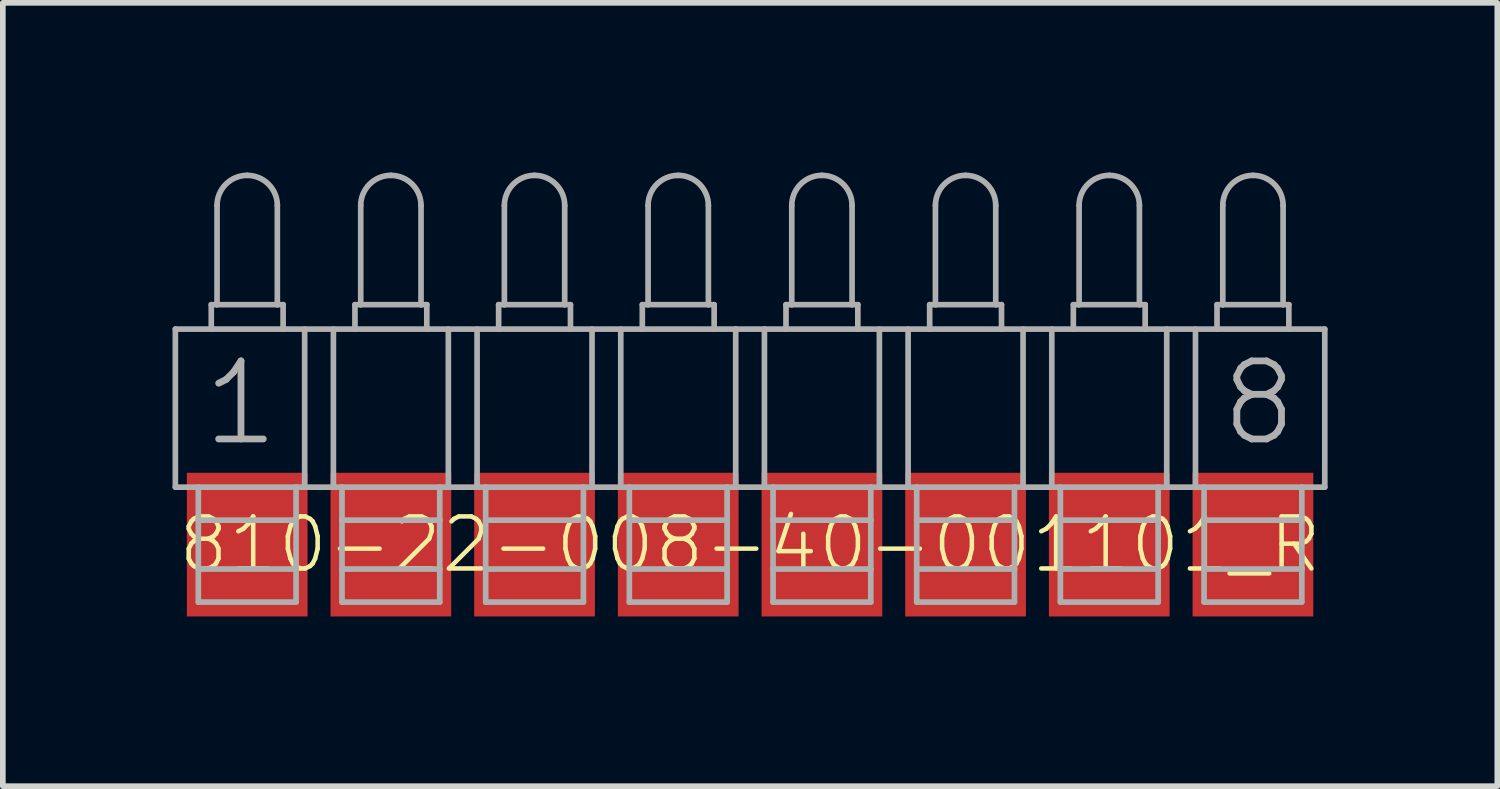
<source format=kicad_pcb>
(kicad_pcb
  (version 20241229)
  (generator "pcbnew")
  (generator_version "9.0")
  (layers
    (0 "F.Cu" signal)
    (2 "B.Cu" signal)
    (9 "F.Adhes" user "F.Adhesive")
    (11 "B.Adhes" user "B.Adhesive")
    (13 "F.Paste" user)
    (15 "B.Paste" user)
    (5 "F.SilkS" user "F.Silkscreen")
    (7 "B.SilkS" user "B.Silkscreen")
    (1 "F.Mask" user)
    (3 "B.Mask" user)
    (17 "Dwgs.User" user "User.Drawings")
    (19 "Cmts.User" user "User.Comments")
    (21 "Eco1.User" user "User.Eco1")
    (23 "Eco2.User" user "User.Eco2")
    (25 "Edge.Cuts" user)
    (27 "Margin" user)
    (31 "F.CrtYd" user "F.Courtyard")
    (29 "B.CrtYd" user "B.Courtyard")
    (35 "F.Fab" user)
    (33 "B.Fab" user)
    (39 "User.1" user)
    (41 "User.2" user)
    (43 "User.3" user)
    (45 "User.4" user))
  (footprint "810-22-008-40-001101_R"
    (layer "F.Cu")
    (at 10.21 6.578)
    (property "Reference" "810-22-008-40-001101_R" (at 0 0 0) (unlocked yes) (layer "F.SilkS") (effects (font (size 0.92 0.92) (thickness 0.08))))
    (fp_line (start -10.16 -3.81) (end -9.525 -3.81) (stroke (width 0.1) (type solid)) (layer "F.Fab"))
    (fp_line (start -10.16 -1.016) (end -10.16 -3.81) (stroke (width 0.1) (type solid)) (layer "F.Fab"))
    (fp_line (start -9.754 -1.016) (end -10.16 -1.016) (stroke (width 0.1) (type solid)) (layer "F.Fab"))
    (fp_line (start -9.754 -1.016) (end -8.026 -1.016) (stroke (width 0.1) (type solid)) (layer "F.Fab"))
    (fp_line (start -9.754 -0.432) (end -9.754 -1.016) (stroke (width 0.1) (type solid)) (layer "F.Fab"))
    (fp_line (start -9.754 -0.432) (end -8.026 -0.432) (stroke (width 0.1) (type solid)) (layer "F.Fab"))
    (fp_line (start -9.754 0.432) (end -9.754 -0.432) (stroke (width 0.1) (type solid)) (layer "F.Fab"))
    (fp_line (start -9.754 0.432) (end -8.026 0.432) (stroke (width 0.1) (type solid)) (layer "F.Fab"))
    (fp_line (start -9.754 1.016) (end -9.754 0.432) (stroke (width 0.1) (type solid)) (layer "F.Fab"))
    (fp_line (start -9.754 1.016) (end -8.026 1.016) (stroke (width 0.1) (type solid)) (layer "F.Fab"))
    (fp_line (start -9.525 -4.242) (end -9.525 -3.81) (stroke (width 0.1) (type solid)) (layer "F.Fab"))
    (fp_line (start -9.525 -4.242) (end -9.423 -4.242) (stroke (width 0.1) (type solid)) (layer "F.Fab"))
    (fp_line (start -9.525 -3.81) (end -8.255 -3.81) (stroke (width 0.1) (type solid)) (layer "F.Fab"))
    (fp_line (start -9.423 -5.994) (end -9.423 -4.242) (stroke (width 0.1) (type solid)) (layer "F.Fab"))
    (fp_line (start -9.423 -4.242) (end -8.357 -4.242) (stroke (width 0.1) (type solid)) (layer "F.Fab"))
    (fp_line (start -8.357 -5.994) (end -8.357 -4.242) (stroke (width 0.1) (type solid)) (layer "F.Fab"))
    (fp_line (start -8.357 -4.242) (end -8.255 -4.242) (stroke (width 0.1) (type solid)) (layer "F.Fab"))
    (fp_line (start -8.255 -4.242) (end -8.255 -3.81) (stroke (width 0.1) (type solid)) (layer "F.Fab"))
    (fp_line (start -8.255 -3.81) (end -6.985 -3.81) (stroke (width 0.1) (type solid)) (layer "F.Fab"))
    (fp_line (start -8.026 -1.016) (end -7.214 -1.016) (stroke (width 0.1) (type solid)) (layer "F.Fab"))
    (fp_line (start -8.026 -0.432) (end -8.026 -1.016) (stroke (width 0.1) (type solid)) (layer "F.Fab"))
    (fp_line (start -8.026 0.432) (end -8.026 -0.432) (stroke (width 0.1) (type solid)) (layer "F.Fab"))
    (fp_line (start -8.026 1.016) (end -8.026 0.432) (stroke (width 0.1) (type solid)) (layer "F.Fab"))
    (fp_line (start -7.874 -1.016) (end -7.874 -3.81) (stroke (width 0.1) (type solid)) (layer "F.Fab"))
    (fp_line (start -7.366 -1.016) (end -7.366 -3.81) (stroke (width 0.1) (type solid)) (layer "F.Fab"))
    (fp_line (start -7.214 -1.016) (end -5.486 -1.016) (stroke (width 0.1) (type solid)) (layer "F.Fab"))
    (fp_line (start -7.214 -0.432) (end -7.214 -1.016) (stroke (width 0.1) (type solid)) (layer "F.Fab"))
    (fp_line (start -7.214 -0.432) (end -5.486 -0.432) (stroke (width 0.1) (type solid)) (layer "F.Fab"))
    (fp_line (start -7.214 0.432) (end -7.214 -0.432) (stroke (width 0.1) (type solid)) (layer "F.Fab"))
    (fp_line (start -7.214 0.432) (end -5.486 0.432) (stroke (width 0.1) (type solid)) (layer "F.Fab"))
    (fp_line (start -7.214 1.016) (end -7.214 0.432) (stroke (width 0.1) (type solid)) (layer "F.Fab"))
    (fp_line (start -7.214 1.016) (end -5.486 1.016) (stroke (width 0.1) (type solid)) (layer "F.Fab"))
    (fp_line (start -6.985 -4.242) (end -6.985 -3.81) (stroke (width 0.1) (type solid)) (layer "F.Fab"))
    (fp_line (start -6.985 -4.242) (end -6.883 -4.242) (stroke (width 0.1) (type solid)) (layer "F.Fab"))
    (fp_line (start -6.985 -3.81) (end -5.715 -3.81) (stroke (width 0.1) (type solid)) (layer "F.Fab"))
    (fp_line (start -6.883 -5.994) (end -6.883 -4.242) (stroke (width 0.1) (type solid)) (layer "F.Fab"))
    (fp_line (start -6.883 -4.242) (end -5.817 -4.242) (stroke (width 0.1) (type solid)) (layer "F.Fab"))
    (fp_line (start -5.817 -5.994) (end -5.817 -4.242) (stroke (width 0.1) (type solid)) (layer "F.Fab"))
    (fp_line (start -5.817 -4.242) (end -5.715 -4.242) (stroke (width 0.1) (type solid)) (layer "F.Fab"))
    (fp_line (start -5.715 -4.242) (end -5.715 -3.81) (stroke (width 0.1) (type solid)) (layer "F.Fab"))
    (fp_line (start -5.715 -3.81) (end -4.445 -3.81) (stroke (width 0.1) (type solid)) (layer "F.Fab"))
    (fp_line (start -5.486 -1.016) (end -4.674 -1.016) (stroke (width 0.1) (type solid)) (layer "F.Fab"))
    (fp_line (start -5.486 -0.432) (end -5.486 -1.016) (stroke (width 0.1) (type solid)) (layer "F.Fab"))
    (fp_line (start -5.486 0.432) (end -5.486 -0.432) (stroke (width 0.1) (type solid)) (layer "F.Fab"))
    (fp_line (start -5.486 1.016) (end -5.486 0.432) (stroke (width 0.1) (type solid)) (layer "F.Fab"))
    (fp_line (start -5.334 -1.016) (end -5.334 -3.81) (stroke (width 0.1) (type solid)) (layer "F.Fab"))
    (fp_line (start -4.826 -1.016) (end -4.826 -3.81) (stroke (width 0.1) (type solid)) (layer "F.Fab"))
    (fp_line (start -4.674 -1.016) (end -2.946 -1.016) (stroke (width 0.1) (type solid)) (layer "F.Fab"))
    (fp_line (start -4.674 -0.432) (end -4.674 -1.016) (stroke (width 0.1) (type solid)) (layer "F.Fab"))
    (fp_line (start -4.674 -0.432) (end -2.946 -0.432) (stroke (width 0.1) (type solid)) (layer "F.Fab"))
    (fp_line (start -4.674 0.432) (end -4.674 -0.432) (stroke (width 0.1) (type solid)) (layer "F.Fab"))
    (fp_line (start -4.674 0.432) (end -2.946 0.432) (stroke (width 0.1) (type solid)) (layer "F.Fab"))
    (fp_line (start -4.674 1.016) (end -4.674 0.432) (stroke (width 0.1) (type solid)) (layer "F.Fab"))
    (fp_line (start -4.674 1.016) (end -2.946 1.016) (stroke (width 0.1) (type solid)) (layer "F.Fab"))
    (fp_line (start -4.445 -4.242) (end -4.445 -3.81) (stroke (width 0.1) (type solid)) (layer "F.Fab"))
    (fp_line (start -4.445 -4.242) (end -4.343 -4.242) (stroke (width 0.1) (type solid)) (layer "F.Fab"))
    (fp_line (start -4.445 -3.81) (end -3.175 -3.81) (stroke (width 0.1) (type solid)) (layer "F.Fab"))
    (fp_line (start -4.343 -5.994) (end -4.343 -4.242) (stroke (width 0.1) (type solid)) (layer "F.Fab"))
    (fp_line (start -4.343 -4.242) (end -3.277 -4.242) (stroke (width 0.1) (type solid)) (layer "F.Fab"))
    (fp_line (start -3.277 -5.994) (end -3.277 -4.242) (stroke (width 0.1) (type solid)) (layer "F.Fab"))
    (fp_line (start -3.277 -4.242) (end -3.175 -4.242) (stroke (width 0.1) (type solid)) (layer "F.Fab"))
    (fp_line (start -3.175 -4.242) (end -3.175 -3.81) (stroke (width 0.1) (type solid)) (layer "F.Fab"))
    (fp_line (start -3.175 -3.81) (end -1.905 -3.81) (stroke (width 0.1) (type solid)) (layer "F.Fab"))
    (fp_line (start -2.946 -1.016) (end -2.134 -1.016) (stroke (width 0.1) (type solid)) (layer "F.Fab"))
    (fp_line (start -2.946 -0.432) (end -2.946 -1.016) (stroke (width 0.1) (type solid)) (layer "F.Fab"))
    (fp_line (start -2.946 0.432) (end -2.946 -0.432) (stroke (width 0.1) (type solid)) (layer "F.Fab"))
    (fp_line (start -2.946 1.016) (end -2.946 0.432) (stroke (width 0.1) (type solid)) (layer "F.Fab"))
    (fp_line (start -2.794 -1.016) (end -2.794 -3.81) (stroke (width 0.1) (type solid)) (layer "F.Fab"))
    (fp_line (start -2.286 -1.016) (end -2.286 -3.81) (stroke (width 0.1) (type solid)) (layer "F.Fab"))
    (fp_line (start -2.134 -1.016) (end -0.406 -1.016) (stroke (width 0.1) (type solid)) (layer "F.Fab"))
    (fp_line (start -2.134 -0.432) (end -2.134 -1.016) (stroke (width 0.1) (type solid)) (layer "F.Fab"))
    (fp_line (start -2.134 -0.432) (end -0.406 -0.432) (stroke (width 0.1) (type solid)) (layer "F.Fab"))
    (fp_line (start -2.134 0.432) (end -2.134 -0.432) (stroke (width 0.1) (type solid)) (layer "F.Fab"))
    (fp_line (start -2.134 0.432) (end -0.406 0.432) (stroke (width 0.1) (type solid)) (layer "F.Fab"))
    (fp_line (start -2.134 1.016) (end -2.134 0.432) (stroke (width 0.1) (type solid)) (layer "F.Fab"))
    (fp_line (start -2.134 1.016) (end -0.406 1.016) (stroke (width 0.1) (type solid)) (layer "F.Fab"))
    (fp_line (start -1.905 -4.242) (end -1.905 -3.81) (stroke (width 0.1) (type solid)) (layer "F.Fab"))
    (fp_line (start -1.905 -4.242) (end -1.803 -4.242) (stroke (width 0.1) (type solid)) (layer "F.Fab"))
    (fp_line (start -1.905 -3.81) (end -0.635 -3.81) (stroke (width 0.1) (type solid)) (layer "F.Fab"))
    (fp_line (start -1.803 -5.994) (end -1.803 -4.242) (stroke (width 0.1) (type solid)) (layer "F.Fab"))
    (fp_line (start -1.803 -4.242) (end -0.737 -4.242) (stroke (width 0.1) (type solid)) (layer "F.Fab"))
    (fp_line (start -0.737 -5.994) (end -0.737 -4.242) (stroke (width 0.1) (type solid)) (layer "F.Fab"))
    (fp_line (start -0.737 -4.242) (end -0.635 -4.242) (stroke (width 0.1) (type solid)) (layer "F.Fab"))
    (fp_line (start -0.635 -4.242) (end -0.635 -3.81) (stroke (width 0.1) (type solid)) (layer "F.Fab"))
    (fp_line (start -0.635 -3.81) (end -0.254 -3.81) (stroke (width 0.1) (type solid)) (layer "F.Fab"))
    (fp_line (start -0.406 -1.016) (end -0.254 -1.016) (stroke (width 0.1) (type solid)) (layer "F.Fab"))
    (fp_line (start -0.406 -0.432) (end -0.406 -1.016) (stroke (width 0.1) (type solid)) (layer "F.Fab"))
    (fp_line (start -0.406 0.432) (end -0.406 -0.432) (stroke (width 0.1) (type solid)) (layer "F.Fab"))
    (fp_line (start -0.406 1.016) (end -0.406 0.432) (stroke (width 0.1) (type solid)) (layer "F.Fab"))
    (fp_line (start -0.254 -3.81) (end 0.254 -3.81) (stroke (width 0.1) (type solid)) (layer "F.Fab"))
    (fp_line (start -0.254 -1.016) (end -0.254 -3.81) (stroke (width 0.1) (type solid)) (layer "F.Fab"))
    (fp_line (start -0.254 -1.016) (end 0.254 -1.016) (stroke (width 0.1) (type solid)) (layer "F.Fab"))
    (fp_line (start 0.254 -3.81) (end 0.635 -3.81) (stroke (width 0.1) (type solid)) (layer "F.Fab"))
    (fp_line (start 0.254 -1.016) (end 0.254 -3.81) (stroke (width 0.1) (type solid)) (layer "F.Fab"))
    (fp_line (start 0.406 -1.016) (end 0.254 -1.016) (stroke (width 0.1) (type solid)) (layer "F.Fab"))
    (fp_line (start 0.406 -1.016) (end 2.134 -1.016) (stroke (width 0.1) (type solid)) (layer "F.Fab"))
    (fp_line (start 0.406 -0.432) (end 0.406 -1.016) (stroke (width 0.1) (type solid)) (layer "F.Fab"))
    (fp_line (start 0.406 -0.432) (end 2.134 -0.432) (stroke (width 0.1) (type solid)) (layer "F.Fab"))
    (fp_line (start 0.406 0.432) (end 0.406 -0.432) (stroke (width 0.1) (type solid)) (layer "F.Fab"))
    (fp_line (start 0.406 0.432) (end 2.134 0.432) (stroke (width 0.1) (type solid)) (layer "F.Fab"))
    (fp_line (start 0.406 1.016) (end 0.406 0.432) (stroke (width 0.1) (type solid)) (layer "F.Fab"))
    (fp_line (start 0.406 1.016) (end 2.134 1.016) (stroke (width 0.1) (type solid)) (layer "F.Fab"))
    (fp_line (start 0.635 -4.242) (end 0.635 -3.81) (stroke (width 0.1) (type solid)) (layer "F.Fab"))
    (fp_line (start 0.635 -4.242) (end 0.737 -4.242) (stroke (width 0.1) (type solid)) (layer "F.Fab"))
    (fp_line (start 0.635 -3.81) (end 1.905 -3.81) (stroke (width 0.1) (type solid)) (layer "F.Fab"))
    (fp_line (start 0.737 -5.994) (end 0.737 -4.242) (stroke (width 0.1) (type solid)) (layer "F.Fab"))
    (fp_line (start 0.737 -4.242) (end 1.803 -4.242) (stroke (width 0.1) (type solid)) (layer "F.Fab"))
    (fp_line (start 1.803 -5.994) (end 1.803 -4.242) (stroke (width 0.1) (type solid)) (layer "F.Fab"))
    (fp_line (start 1.803 -4.242) (end 1.905 -4.242) (stroke (width 0.1) (type solid)) (layer "F.Fab"))
    (fp_line (start 1.905 -4.242) (end 1.905 -3.81) (stroke (width 0.1) (type solid)) (layer "F.Fab"))
    (fp_line (start 1.905 -3.81) (end 3.175 -3.81) (stroke (width 0.1) (type solid)) (layer "F.Fab"))
    (fp_line (start 2.134 -0.432) (end 2.134 -1.016) (stroke (width 0.1) (type solid)) (layer "F.Fab"))
    (fp_line (start 2.134 0.432) (end 2.134 -0.432) (stroke (width 0.1) (type solid)) (layer "F.Fab"))
    (fp_line (start 2.134 1.016) (end 2.134 0.432) (stroke (width 0.1) (type solid)) (layer "F.Fab"))
    (fp_line (start 2.286 -1.016) (end 2.286 -3.81) (stroke (width 0.1) (type solid)) (layer "F.Fab"))
    (fp_line (start 2.794 -1.016) (end 2.794 -3.81) (stroke (width 0.1) (type solid)) (layer "F.Fab"))
    (fp_line (start 2.946 -1.016) (end 2.134 -1.016) (stroke (width 0.1) (type solid)) (layer "F.Fab"))
    (fp_line (start 2.946 -1.016) (end 4.674 -1.016) (stroke (width 0.1) (type solid)) (layer "F.Fab"))
    (fp_line (start 2.946 -0.432) (end 2.946 -1.016) (stroke (width 0.1) (type solid)) (layer "F.Fab"))
    (fp_line (start 2.946 -0.432) (end 4.674 -0.432) (stroke (width 0.1) (type solid)) (layer "F.Fab"))
    (fp_line (start 2.946 0.432) (end 2.946 -0.432) (stroke (width 0.1) (type solid)) (layer "F.Fab"))
    (fp_line (start 2.946 0.432) (end 4.674 0.432) (stroke (width 0.1) (type solid)) (layer "F.Fab"))
    (fp_line (start 2.946 1.016) (end 2.946 0.432) (stroke (width 0.1) (type solid)) (layer "F.Fab"))
    (fp_line (start 2.946 1.016) (end 4.674 1.016) (stroke (width 0.1) (type solid)) (layer "F.Fab"))
    (fp_line (start 3.175 -4.242) (end 3.175 -3.81) (stroke (width 0.1) (type solid)) (layer "F.Fab"))
    (fp_line (start 3.175 -4.242) (end 3.277 -4.242) (stroke (width 0.1) (type solid)) (layer "F.Fab"))
    (fp_line (start 3.175 -3.81) (end 4.445 -3.81) (stroke (width 0.1) (type solid)) (layer "F.Fab"))
    (fp_line (start 3.277 -5.994) (end 3.277 -4.242) (stroke (width 0.1) (type solid)) (layer "F.Fab"))
    (fp_line (start 3.277 -4.242) (end 4.343 -4.242) (stroke (width 0.1) (type solid)) (layer "F.Fab"))
    (fp_line (start 4.343 -5.994) (end 4.343 -4.242) (stroke (width 0.1) (type solid)) (layer "F.Fab"))
    (fp_line (start 4.343 -4.242) (end 4.445 -4.242) (stroke (width 0.1) (type solid)) (layer "F.Fab"))
    (fp_line (start 4.445 -4.242) (end 4.445 -3.81) (stroke (width 0.1) (type solid)) (layer "F.Fab"))
    (fp_line (start 4.445 -3.81) (end 5.715 -3.81) (stroke (width 0.1) (type solid)) (layer "F.Fab"))
    (fp_line (start 4.674 -0.432) (end 4.674 -1.016) (stroke (width 0.1) (type solid)) (layer "F.Fab"))
    (fp_line (start 4.674 0.432) (end 4.674 -0.432) (stroke (width 0.1) (type solid)) (layer "F.Fab"))
    (fp_line (start 4.674 1.016) (end 4.674 0.432) (stroke (width 0.1) (type solid)) (layer "F.Fab"))
    (fp_line (start 4.826 -1.016) (end 4.826 -3.81) (stroke (width 0.1) (type solid)) (layer "F.Fab"))
    (fp_line (start 5.334 -1.016) (end 5.334 -3.81) (stroke (width 0.1) (type solid)) (layer "F.Fab"))
    (fp_line (start 5.486 -1.016) (end 4.674 -1.016) (stroke (width 0.1) (type solid)) (layer "F.Fab"))
    (fp_line (start 5.486 -1.016) (end 7.214 -1.016) (stroke (width 0.1) (type solid)) (layer "F.Fab"))
    (fp_line (start 5.486 -0.432) (end 5.486 -1.016) (stroke (width 0.1) (type solid)) (layer "F.Fab"))
    (fp_line (start 5.486 -0.432) (end 7.214 -0.432) (stroke (width 0.1) (type solid)) (layer "F.Fab"))
    (fp_line (start 5.486 0.432) (end 5.486 -0.432) (stroke (width 0.1) (type solid)) (layer "F.Fab"))
    (fp_line (start 5.486 0.432) (end 7.214 0.432) (stroke (width 0.1) (type solid)) (layer "F.Fab"))
    (fp_line (start 5.486 1.016) (end 5.486 0.432) (stroke (width 0.1) (type solid)) (layer "F.Fab"))
    (fp_line (start 5.486 1.016) (end 7.214 1.016) (stroke (width 0.1) (type solid)) (layer "F.Fab"))
    (fp_line (start 5.715 -4.242) (end 5.715 -3.81) (stroke (width 0.1) (type solid)) (layer "F.Fab"))
    (fp_line (start 5.715 -4.242) (end 5.817 -4.242) (stroke (width 0.1) (type solid)) (layer "F.Fab"))
    (fp_line (start 5.715 -3.81) (end 6.985 -3.81) (stroke (width 0.1) (type solid)) (layer "F.Fab"))
    (fp_line (start 5.817 -5.994) (end 5.817 -4.242) (stroke (width 0.1) (type solid)) (layer "F.Fab"))
    (fp_line (start 5.817 -4.242) (end 6.883 -4.242) (stroke (width 0.1) (type solid)) (layer "F.Fab"))
    (fp_line (start 6.883 -5.994) (end 6.883 -4.242) (stroke (width 0.1) (type solid)) (layer "F.Fab"))
    (fp_line (start 6.883 -4.242) (end 6.985 -4.242) (stroke (width 0.1) (type solid)) (layer "F.Fab"))
    (fp_line (start 6.985 -4.242) (end 6.985 -3.81) (stroke (width 0.1) (type solid)) (layer "F.Fab"))
    (fp_line (start 6.985 -3.81) (end 8.255 -3.81) (stroke (width 0.1) (type solid)) (layer "F.Fab"))
    (fp_line (start 7.214 -0.432) (end 7.214 -1.016) (stroke (width 0.1) (type solid)) (layer "F.Fab"))
    (fp_line (start 7.214 0.432) (end 7.214 -0.432) (stroke (width 0.1) (type solid)) (layer "F.Fab"))
    (fp_line (start 7.214 1.016) (end 7.214 0.432) (stroke (width 0.1) (type solid)) (layer "F.Fab"))
    (fp_line (start 7.366 -1.016) (end 7.366 -3.81) (stroke (width 0.1) (type solid)) (layer "F.Fab"))
    (fp_line (start 7.874 -1.016) (end 7.874 -3.81) (stroke (width 0.1) (type solid)) (layer "F.Fab"))
    (fp_line (start 8.026 -1.016) (end 7.214 -1.016) (stroke (width 0.1) (type solid)) (layer "F.Fab"))
    (fp_line (start 8.026 -1.016) (end 9.754 -1.016) (stroke (width 0.1) (type solid)) (layer "F.Fab"))
    (fp_line (start 8.026 -0.432) (end 8.026 -1.016) (stroke (width 0.1) (type solid)) (layer "F.Fab"))
    (fp_line (start 8.026 -0.432) (end 9.754 -0.432) (stroke (width 0.1) (type solid)) (layer "F.Fab"))
    (fp_line (start 8.026 0.432) (end 8.026 -0.432) (stroke (width 0.1) (type solid)) (layer "F.Fab"))
    (fp_line (start 8.026 0.432) (end 9.754 0.432) (stroke (width 0.1) (type solid)) (layer "F.Fab"))
    (fp_line (start 8.026 1.016) (end 8.026 0.432) (stroke (width 0.1) (type solid)) (layer "F.Fab"))
    (fp_line (start 8.026 1.016) (end 9.754 1.016) (stroke (width 0.1) (type solid)) (layer "F.Fab"))
    (fp_line (start 8.255 -4.242) (end 8.255 -3.81) (stroke (width 0.1) (type solid)) (layer "F.Fab"))
    (fp_line (start 8.255 -4.242) (end 8.357 -4.242) (stroke (width 0.1) (type solid)) (layer "F.Fab"))
    (fp_line (start 8.255 -3.81) (end 9.525 -3.81) (stroke (width 0.1) (type solid)) (layer "F.Fab"))
    (fp_line (start 8.357 -5.994) (end 8.357 -4.242) (stroke (width 0.1) (type solid)) (layer "F.Fab"))
    (fp_line (start 8.357 -4.242) (end 9.423 -4.242) (stroke (width 0.1) (type solid)) (layer "F.Fab"))
    (fp_line (start 9.423 -5.994) (end 9.423 -4.242) (stroke (width 0.1) (type solid)) (layer "F.Fab"))
    (fp_line (start 9.423 -4.242) (end 9.525 -4.242) (stroke (width 0.1) (type solid)) (layer "F.Fab"))
    (fp_line (start 9.525 -4.242) (end 9.525 -3.81) (stroke (width 0.1) (type solid)) (layer "F.Fab"))
    (fp_line (start 9.525 -3.81) (end 10.16 -3.81) (stroke (width 0.1) (type solid)) (layer "F.Fab"))
    (fp_line (start 9.754 -1.016) (end 10.16 -1.016) (stroke (width 0.1) (type solid)) (layer "F.Fab"))
    (fp_line (start 9.754 -0.432) (end 9.754 -1.016) (stroke (width 0.1) (type solid)) (layer "F.Fab"))
    (fp_line (start 9.754 0.432) (end 9.754 -0.432) (stroke (width 0.1) (type solid)) (layer "F.Fab"))
    (fp_line (start 9.754 1.016) (end 9.754 0.432) (stroke (width 0.1) (type solid)) (layer "F.Fab"))
    (fp_line (start 10.16 -1.016) (end 10.16 -3.81) (stroke (width 0.1) (type solid)) (layer "F.Fab"))
    (fp_arc (start -9.4234 -5.9944) (mid -9.267171 -6.371571) (end -8.89 -6.5278) (stroke (width 0.1) (type solid)) (layer "F.Fab"))
    (fp_arc (start -8.89 -6.5278) (mid -8.512829 -6.371571) (end -8.3566 -5.9944) (stroke (width 0.1) (type solid)) (layer "F.Fab"))
    (fp_arc (start -6.8834 -5.9944) (mid -6.727171 -6.371571) (end -6.35 -6.5278) (stroke (width 0.1) (type solid)) (layer "F.Fab"))
    (fp_arc (start -6.35 -6.5278) (mid -5.972829 -6.371571) (end -5.8166 -5.9944) (stroke (width 0.1) (type solid)) (layer "F.Fab"))
    (fp_arc (start -4.3434 -5.9944) (mid -4.187171 -6.371571) (end -3.81 -6.5278) (stroke (width 0.1) (type solid)) (layer "F.Fab"))
    (fp_arc (start -3.81 -6.5278) (mid -3.432829 -6.371571) (end -3.2766 -5.9944) (stroke (width 0.1) (type solid)) (layer "F.Fab"))
    (fp_arc (start -1.8034 -5.9944) (mid -1.647171 -6.371571) (end -1.27 -6.5278) (stroke (width 0.1) (type solid)) (layer "F.Fab"))
    (fp_arc (start -1.27 -6.5278) (mid -0.892829 -6.371571) (end -0.7366 -5.9944) (stroke (width 0.1) (type solid)) (layer "F.Fab"))
    (fp_arc (start 0.7366 -5.9944) (mid 0.892829 -6.371571) (end 1.27 -6.5278) (stroke (width 0.1) (type solid)) (layer "F.Fab"))
    (fp_arc (start 1.27 -6.5278) (mid 1.647171 -6.371571) (end 1.8034 -5.9944) (stroke (width 0.1) (type solid)) (layer "F.Fab"))
    (fp_arc (start 3.2766 -5.9944) (mid 3.432829 -6.371571) (end 3.81 -6.5278) (stroke (width 0.1) (type solid)) (layer "F.Fab"))
    (fp_arc (start 3.81 -6.5278) (mid 4.187171 -6.371571) (end 4.3434 -5.9944) (stroke (width 0.1) (type solid)) (layer "F.Fab"))
    (fp_arc (start 5.8166 -5.9944) (mid 5.972829 -6.371571) (end 6.35 -6.5278) (stroke (width 0.1) (type solid)) (layer "F.Fab"))
    (fp_arc (start 6.35 -6.5278) (mid 6.727171 -6.371571) (end 6.8834 -5.9944) (stroke (width 0.1) (type solid)) (layer "F.Fab"))
    (fp_arc (start 8.3566 -5.9944) (mid 8.512829 -6.371571) (end 8.89 -6.5278) (stroke (width 0.1) (type solid)) (layer "F.Fab"))
    (fp_arc (start 8.89 -6.5278) (mid 9.267171 -6.371571) (end 9.4234 -5.9944) (stroke (width 0.1) (type solid)) (layer "F.Fab"))
    (fp_text user "1" (at -9 -2.5 0) (layer "F.Fab") (effects (font (size 1.38 1.38) (thickness 0.12))))
    (fp_text user "8" (at 9 -2.5 0) (layer "F.Fab") (effects (font (size 1.38 1.38) (thickness 0.12))))
    (pad "1" smd rect (at -8.89 0) (size 2.134 2.54) (layers "F.Cu" "F.Mask" "F.Paste"))
    (pad "2" smd rect (at -6.35 0) (size 2.134 2.54) (layers "F.Cu" "F.Mask" "F.Paste"))
    (pad "3" smd rect (at -3.81 0) (size 2.134 2.54) (layers "F.Cu" "F.Mask" "F.Paste"))
    (pad "4" smd rect (at -1.27 0) (size 2.134 2.54) (layers "F.Cu" "F.Mask" "F.Paste"))
    (pad "5" smd rect (at 1.27 0) (size 2.134 2.54) (layers "F.Cu" "F.Mask" "F.Paste"))
    (pad "6" smd rect (at 3.81 0) (size 2.134 2.54) (layers "F.Cu" "F.Mask" "F.Paste"))
    (pad "7" smd rect (at 6.35 0) (size 2.134 2.54) (layers "F.Cu" "F.Mask" "F.Paste"))
    (pad "8" smd rect (at 8.89 0) (size 2.134 2.54) (layers "F.Cu" "F.Mask" "F.Paste")))
  (gr_rect
    (start -3 -3)
    (end 23.42 10.848)
    (stroke (width 0.1) (type default))
    (fill no)
    (layer "Edge.Cuts")))
</source>
